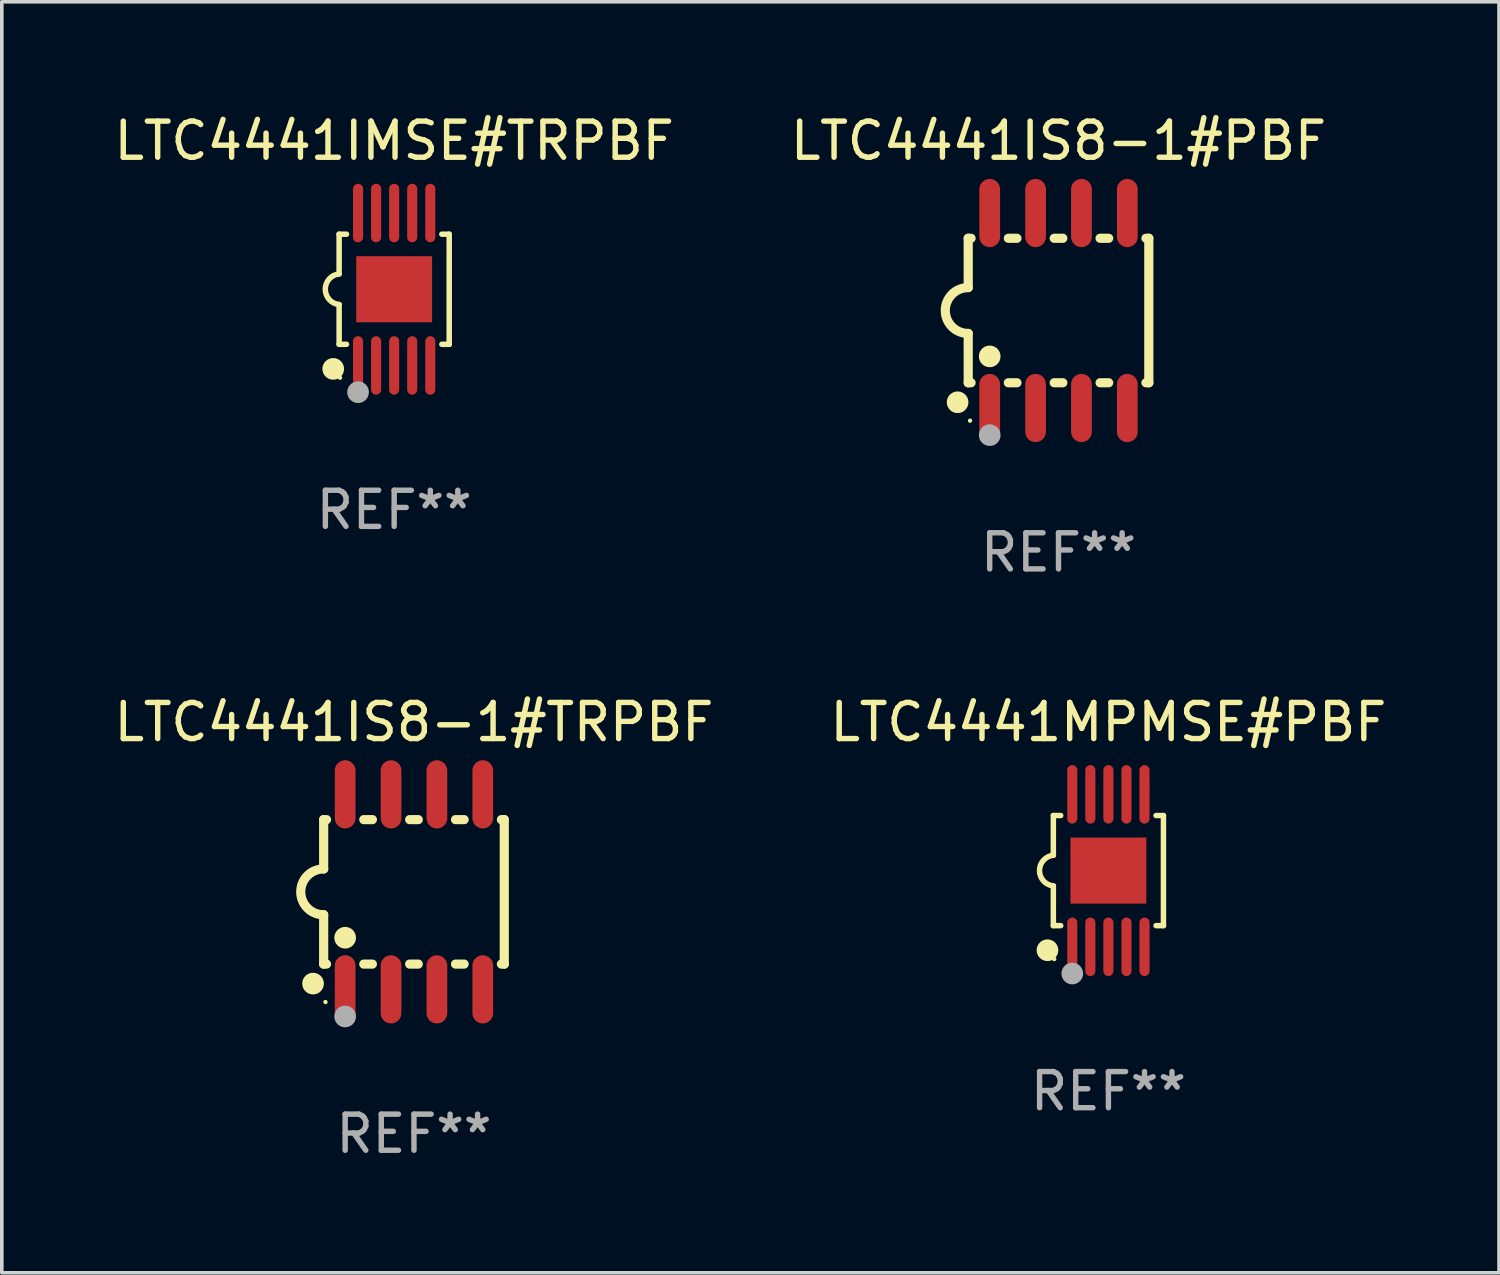
<source format=kicad_pcb>
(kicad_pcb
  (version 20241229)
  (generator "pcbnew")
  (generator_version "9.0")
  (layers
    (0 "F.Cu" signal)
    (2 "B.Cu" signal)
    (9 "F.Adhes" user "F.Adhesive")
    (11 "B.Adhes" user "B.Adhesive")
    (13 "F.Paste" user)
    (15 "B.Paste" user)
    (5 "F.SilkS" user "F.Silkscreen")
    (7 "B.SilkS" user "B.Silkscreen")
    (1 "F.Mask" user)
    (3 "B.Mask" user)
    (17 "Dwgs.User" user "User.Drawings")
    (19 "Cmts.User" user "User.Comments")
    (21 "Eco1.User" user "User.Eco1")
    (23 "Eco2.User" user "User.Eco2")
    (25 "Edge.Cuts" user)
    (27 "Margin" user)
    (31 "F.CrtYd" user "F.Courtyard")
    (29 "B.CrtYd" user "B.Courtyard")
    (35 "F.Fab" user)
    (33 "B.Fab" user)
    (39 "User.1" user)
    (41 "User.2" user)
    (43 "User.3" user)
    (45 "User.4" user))
  (footprint "LTC4441IS8-1#PBF"
    (layer "F.Cu")
    (at 26.256 5.547)
    (property "Reference" "LTC4441IS8-1#PBF" (at 0 -4.699 0) (layer "F.SilkS") (effects (font (size 1 1) (thickness 0.15))))
    (attr through_hole)
    (fp_line (start -2.5 -2) (end -2.5 -0.635) (stroke (width 0.254) (type solid)) (layer "F.SilkS"))
    (fp_line (start -2.5 -2) (end -2.421 -2) (stroke (width 0.254) (type solid)) (layer "F.SilkS"))
    (fp_line (start -2.5 2) (end -2.5 0.635) (stroke (width 0.254) (type solid)) (layer "F.SilkS"))
    (fp_line (start -2.5 2) (end -2.421 2) (stroke (width 0.254) (type solid)) (layer "F.SilkS"))
    (fp_line (start -1.389 -2) (end -1.151 -2) (stroke (width 0.254) (type solid)) (layer "F.SilkS"))
    (fp_line (start -1.389 2) (end -1.151 2) (stroke (width 0.254) (type solid)) (layer "F.SilkS"))
    (fp_line (start -0.119 -2) (end 0.119 -2) (stroke (width 0.254) (type solid)) (layer "F.SilkS"))
    (fp_line (start -0.119 2) (end 0.119 2) (stroke (width 0.254) (type solid)) (layer "F.SilkS"))
    (fp_line (start 1.151 -2) (end 1.389 -2) (stroke (width 0.254) (type solid)) (layer "F.SilkS"))
    (fp_line (start 1.151 2) (end 1.389 2) (stroke (width 0.254) (type solid)) (layer "F.SilkS"))
    (fp_line (start 2.421 -2) (end 2.5 -2) (stroke (width 0.254) (type solid)) (layer "F.SilkS"))
    (fp_line (start 2.421 2) (end 2.5 2) (stroke (width 0.254) (type solid)) (layer "F.SilkS"))
    (fp_line (start 2.5 -2) (end 2.5 2) (stroke (width 0.254) (type solid)) (layer "F.SilkS"))
    (fp_arc (start -2.5 0.635001) (mid -3.134366 -0.000318) (end -2.499365 -0.635001) (stroke (width 0.254001) (type solid)) (layer "F.SilkS"))
    (fp_circle (center -2.794 2.54) (end -2.644 2.54) (stroke (width 0.3) (type solid)) (fill no) (layer "F.SilkS"))
    (fp_circle (center -2.45 3.05) (end -2.42 3.05) (stroke (width 0.06) (type solid)) (fill no) (layer "F.SilkS"))
    (fp_circle (center -1.905 1.27) (end -1.755 1.27) (stroke (width 0.3) (type solid)) (fill no) (layer "F.SilkS"))
    (fp_circle (center -1.905 3.45) (end -1.755 3.45) (stroke (width 0.3) (type solid)) (fill no) (layer "F.Fab"))
    (fp_text user "REF**" (at 0 6.699 0) (layer "F.Fab") (effects (font (size 1 1) (thickness 0.15))))
    (pad "1" smd oval (at -1.905 2.699) (size 0.574 1.888) (layers "F.Cu" "F.Mask" "F.Paste"))
    (pad "2" smd oval (at -0.635 2.699) (size 0.574 1.888) (layers "F.Cu" "F.Mask" "F.Paste"))
    (pad "3" smd oval (at 0.635 2.699) (size 0.574 1.888) (layers "F.Cu" "F.Mask" "F.Paste"))
    (pad "4" smd oval (at 1.905 2.699) (size 0.574 1.888) (layers "F.Cu" "F.Mask" "F.Paste"))
    (pad "5" smd oval (at 1.905 -2.699) (size 0.574 1.888) (layers "F.Cu" "F.Mask" "F.Paste"))
    (pad "6" smd oval (at 0.635 -2.699) (size 0.574 1.888) (layers "F.Cu" "F.Mask" "F.Paste"))
    (pad "7" smd oval (at -0.635 -2.699) (size 0.574 1.888) (layers "F.Cu" "F.Mask" "F.Paste"))
    (pad "8" smd oval (at -1.905 -2.699) (size 0.574 1.888) (layers "F.Cu" "F.Mask" "F.Paste")))
  (footprint "LTC4441IMSE#TRPBF"
    (layer "F.Cu")
    (at 7.863 4.958)
    (property "Reference" "LTC4441IMSE#TRPBF" (at 0 -4.11 0) (layer "F.SilkS") (effects (font (size 1 1) (thickness 0.15))))
    (attr through_hole)
    (fp_line (start -1.524 -1.524) (end -1.524 -0.424) (stroke (width 0.152) (type solid)) (layer "F.SilkS"))
    (fp_line (start -1.524 1.524) (end -1.524 0.424) (stroke (width 0.152) (type solid)) (layer "F.SilkS"))
    (fp_line (start -1.524 1.524) (end -1.32 1.524) (stroke (width 0.152) (type solid)) (layer "F.SilkS"))
    (fp_line (start -1.32 -1.524) (end -1.524 -1.524) (stroke (width 0.152) (type solid)) (layer "F.SilkS"))
    (fp_line (start 1.32 1.524) (end 1.524 1.524) (stroke (width 0.152) (type solid)) (layer "F.SilkS"))
    (fp_line (start 1.524 -1.524) (end 1.32 -1.524) (stroke (width 0.152) (type solid)) (layer "F.SilkS"))
    (fp_line (start 1.524 1.524) (end 1.524 -1.524) (stroke (width 0.152) (type solid)) (layer "F.SilkS"))
    (fp_arc (start -1.524003 0.424003) (mid -1.906663 -0.000089) (end -1.524004 -0.424181) (stroke (width 0.151994) (type solid)) (layer "F.SilkS"))
    (fp_circle (center -1.687 2.205) (end -1.537 2.205) (stroke (width 0.3) (type solid)) (fill no) (layer "F.SilkS"))
    (fp_circle (center -1.5 2.45) (end -1.47 2.45) (stroke (width 0.06) (type solid)) (fill no) (layer "F.SilkS"))
    (fp_circle (center -1 2.85) (end -0.85 2.85) (stroke (width 0.3) (type solid)) (fill no) (layer "F.Fab"))
    (fp_text user "REF**" (at 0 6.11 0) (layer "F.Fab") (effects (font (size 1 1) (thickness 0.15))))
    (pad "1" smd oval (at -1 2.11) (size 0.28 1.62) (layers "F.Cu" "F.Mask" "F.Paste"))
    (pad "2" smd oval (at -0.5 2.11) (size 0.28 1.62) (layers "F.Cu" "F.Mask" "F.Paste"))
    (pad "3" smd oval (at 0 2.11) (size 0.28 1.62) (layers "F.Cu" "F.Mask" "F.Paste"))
    (pad "4" smd oval (at 0.5 2.11) (size 0.28 1.62) (layers "F.Cu" "F.Mask" "F.Paste"))
    (pad "5" smd oval (at 1 2.11) (size 0.28 1.62) (layers "F.Cu" "F.Mask" "F.Paste"))
    (pad "6" smd oval (at 1 -2.11) (size 0.28 1.62) (layers "F.Cu" "F.Mask" "F.Paste"))
    (pad "7" smd oval (at 0.5 -2.11) (size 0.28 1.62) (layers "F.Cu" "F.Mask" "F.Paste"))
    (pad "8" smd oval (at 0 -2.11) (size 0.28 1.62) (layers "F.Cu" "F.Mask" "F.Paste"))
    (pad "9" smd oval (at -0.5 -2.11) (size 0.28 1.62) (layers "F.Cu" "F.Mask" "F.Paste"))
    (pad "10" smd oval (at -1 -2.11) (size 0.28 1.62) (layers "F.Cu" "F.Mask" "F.Paste"))
    (pad "11" smd rect (at 0 0) (size 2.1 1.83) (layers "F.Cu" "F.Mask" "F.Paste")))
  (footprint "LTC4441IS8-1#TRPBF"
    (layer "F.Cu")
    (at 8.411 21.642)
    (property "Reference" "LTC4441IS8-1#TRPBF" (at 0 -4.699 0) (layer "F.SilkS") (effects (font (size 1 1) (thickness 0.15))))
    (attr through_hole)
    (fp_line (start -2.5 -2) (end -2.5 -0.635) (stroke (width 0.254) (type solid)) (layer "F.SilkS"))
    (fp_line (start -2.5 -2) (end -2.421 -2) (stroke (width 0.254) (type solid)) (layer "F.SilkS"))
    (fp_line (start -2.5 2) (end -2.5 0.635) (stroke (width 0.254) (type solid)) (layer "F.SilkS"))
    (fp_line (start -2.5 2) (end -2.421 2) (stroke (width 0.254) (type solid)) (layer "F.SilkS"))
    (fp_line (start -1.389 -2) (end -1.151 -2) (stroke (width 0.254) (type solid)) (layer "F.SilkS"))
    (fp_line (start -1.389 2) (end -1.151 2) (stroke (width 0.254) (type solid)) (layer "F.SilkS"))
    (fp_line (start -0.119 -2) (end 0.119 -2) (stroke (width 0.254) (type solid)) (layer "F.SilkS"))
    (fp_line (start -0.119 2) (end 0.119 2) (stroke (width 0.254) (type solid)) (layer "F.SilkS"))
    (fp_line (start 1.151 -2) (end 1.389 -2) (stroke (width 0.254) (type solid)) (layer "F.SilkS"))
    (fp_line (start 1.151 2) (end 1.389 2) (stroke (width 0.254) (type solid)) (layer "F.SilkS"))
    (fp_line (start 2.421 -2) (end 2.5 -2) (stroke (width 0.254) (type solid)) (layer "F.SilkS"))
    (fp_line (start 2.421 2) (end 2.5 2) (stroke (width 0.254) (type solid)) (layer "F.SilkS"))
    (fp_line (start 2.5 -2) (end 2.5 2) (stroke (width 0.254) (type solid)) (layer "F.SilkS"))
    (fp_arc (start -2.5 0.635001) (mid -3.134366 -0.000318) (end -2.499365 -0.635001) (stroke (width 0.254001) (type solid)) (layer "F.SilkS"))
    (fp_circle (center -2.794 2.54) (end -2.644 2.54) (stroke (width 0.3) (type solid)) (fill no) (layer "F.SilkS"))
    (fp_circle (center -2.45 3.05) (end -2.42 3.05) (stroke (width 0.06) (type solid)) (fill no) (layer "F.SilkS"))
    (fp_circle (center -1.905 1.27) (end -1.755 1.27) (stroke (width 0.3) (type solid)) (fill no) (layer "F.SilkS"))
    (fp_circle (center -1.905 3.45) (end -1.755 3.45) (stroke (width 0.3) (type solid)) (fill no) (layer "F.Fab"))
    (fp_text user "REF**" (at 0 6.699 0) (layer "F.Fab") (effects (font (size 1 1) (thickness 0.15))))
    (pad "1" smd oval (at -1.905 2.699) (size 0.574 1.888) (layers "F.Cu" "F.Mask" "F.Paste"))
    (pad "2" smd oval (at -0.635 2.699) (size 0.574 1.888) (layers "F.Cu" "F.Mask" "F.Paste"))
    (pad "3" smd oval (at 0.635 2.699) (size 0.574 1.888) (layers "F.Cu" "F.Mask" "F.Paste"))
    (pad "4" smd oval (at 1.905 2.699) (size 0.574 1.888) (layers "F.Cu" "F.Mask" "F.Paste"))
    (pad "5" smd oval (at 1.905 -2.699) (size 0.574 1.888) (layers "F.Cu" "F.Mask" "F.Paste"))
    (pad "6" smd oval (at 0.635 -2.699) (size 0.574 1.888) (layers "F.Cu" "F.Mask" "F.Paste"))
    (pad "7" smd oval (at -0.635 -2.699) (size 0.574 1.888) (layers "F.Cu" "F.Mask" "F.Paste"))
    (pad "8" smd oval (at -1.905 -2.699) (size 0.574 1.888) (layers "F.Cu" "F.Mask" "F.Paste")))
  (footprint "LTC4441MPMSE#PBF"
    (layer "F.Cu")
    (at 27.637 21.053)
    (property "Reference" "LTC4441MPMSE#PBF" (at 0 -4.11 0) (layer "F.SilkS") (effects (font (size 1 1) (thickness 0.15))))
    (attr through_hole)
    (fp_line (start -1.524 -1.524) (end -1.524 -0.424) (stroke (width 0.152) (type solid)) (layer "F.SilkS"))
    (fp_line (start -1.524 1.524) (end -1.524 0.424) (stroke (width 0.152) (type solid)) (layer "F.SilkS"))
    (fp_line (start -1.524 1.524) (end -1.32 1.524) (stroke (width 0.152) (type solid)) (layer "F.SilkS"))
    (fp_line (start -1.32 -1.524) (end -1.524 -1.524) (stroke (width 0.152) (type solid)) (layer "F.SilkS"))
    (fp_line (start 1.32 1.524) (end 1.524 1.524) (stroke (width 0.152) (type solid)) (layer "F.SilkS"))
    (fp_line (start 1.524 -1.524) (end 1.32 -1.524) (stroke (width 0.152) (type solid)) (layer "F.SilkS"))
    (fp_line (start 1.524 1.524) (end 1.524 -1.524) (stroke (width 0.152) (type solid)) (layer "F.SilkS"))
    (fp_arc (start -1.524003 0.424003) (mid -1.906663 -0.000089) (end -1.524004 -0.424181) (stroke (width 0.151994) (type solid)) (layer "F.SilkS"))
    (fp_circle (center -1.687 2.205) (end -1.537 2.205) (stroke (width 0.3) (type solid)) (fill no) (layer "F.SilkS"))
    (fp_circle (center -1.5 2.45) (end -1.47 2.45) (stroke (width 0.06) (type solid)) (fill no) (layer "F.SilkS"))
    (fp_circle (center -1 2.85) (end -0.85 2.85) (stroke (width 0.3) (type solid)) (fill no) (layer "F.Fab"))
    (fp_text user "REF**" (at 0 6.11 0) (layer "F.Fab") (effects (font (size 1 1) (thickness 0.15))))
    (pad "1" smd oval (at -1 2.11) (size 0.28 1.62) (layers "F.Cu" "F.Mask" "F.Paste"))
    (pad "2" smd oval (at -0.5 2.11) (size 0.28 1.62) (layers "F.Cu" "F.Mask" "F.Paste"))
    (pad "3" smd oval (at 0 2.11) (size 0.28 1.62) (layers "F.Cu" "F.Mask" "F.Paste"))
    (pad "4" smd oval (at 0.5 2.11) (size 0.28 1.62) (layers "F.Cu" "F.Mask" "F.Paste"))
    (pad "5" smd oval (at 1 2.11) (size 0.28 1.62) (layers "F.Cu" "F.Mask" "F.Paste"))
    (pad "6" smd oval (at 1 -2.11) (size 0.28 1.62) (layers "F.Cu" "F.Mask" "F.Paste"))
    (pad "7" smd oval (at 0.5 -2.11) (size 0.28 1.62) (layers "F.Cu" "F.Mask" "F.Paste"))
    (pad "8" smd oval (at 0 -2.11) (size 0.28 1.62) (layers "F.Cu" "F.Mask" "F.Paste"))
    (pad "9" smd oval (at -0.5 -2.11) (size 0.28 1.62) (layers "F.Cu" "F.Mask" "F.Paste"))
    (pad "10" smd oval (at -1 -2.11) (size 0.28 1.62) (layers "F.Cu" "F.Mask" "F.Paste"))
    (pad "11" smd rect (at 0 0) (size 2.1 1.83) (layers "F.Cu" "F.Mask" "F.Paste")))
  (gr_rect
    (start -3 -3)
    (end 38.452 32.189)
    (stroke (width 0.1) (type default))
    (fill no)
    (layer "Edge.Cuts")))
</source>
